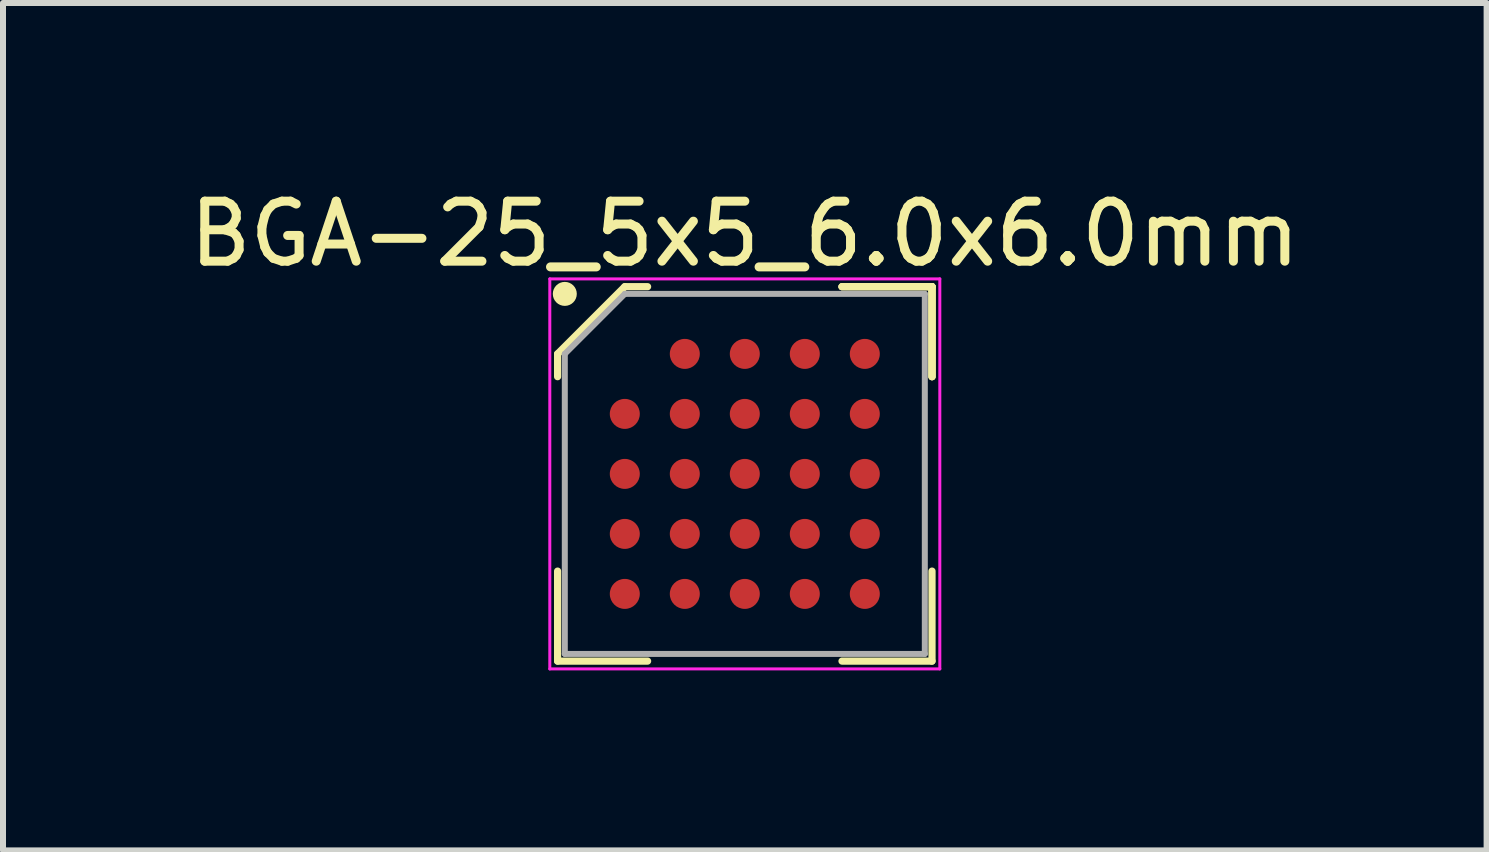
<source format=kicad_pcb>
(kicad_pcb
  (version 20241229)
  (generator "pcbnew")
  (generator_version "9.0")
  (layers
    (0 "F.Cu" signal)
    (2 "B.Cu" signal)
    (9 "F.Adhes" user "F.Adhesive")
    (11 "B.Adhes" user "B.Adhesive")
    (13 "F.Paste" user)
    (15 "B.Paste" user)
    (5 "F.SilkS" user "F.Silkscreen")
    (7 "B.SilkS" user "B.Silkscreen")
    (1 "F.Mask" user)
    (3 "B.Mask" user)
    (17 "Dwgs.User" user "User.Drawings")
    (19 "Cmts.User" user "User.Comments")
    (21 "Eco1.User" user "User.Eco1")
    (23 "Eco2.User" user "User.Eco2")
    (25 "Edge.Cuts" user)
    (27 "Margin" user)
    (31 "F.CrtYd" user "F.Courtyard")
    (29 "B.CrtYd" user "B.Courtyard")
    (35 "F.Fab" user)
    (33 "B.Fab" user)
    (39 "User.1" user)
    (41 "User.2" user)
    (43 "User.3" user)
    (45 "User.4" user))
  (footprint "BGA-25_5x5_6.0x6.0mm"
    (layer "F.Cu")
    (at 9.363 4.848)
    (property "Reference" "BGA-25_5x5_6.0x6.0mm" (at 0 -4 0) (layer "F.SilkS") (effects (font (size 1 1) (thickness 0.15))))
    (attr smd)
    (fp_line (start -3.12 -2) (end -3.12 -1.62) (stroke (width 0.12) (type solid)) (layer "F.SilkS"))
    (fp_line (start -3.12 3.12) (end -3.12 1.62) (stroke (width 0.12) (type solid)) (layer "F.SilkS"))
    (fp_line (start -2 -3.12) (end -3.12 -2) (stroke (width 0.12) (type solid)) (layer "F.SilkS"))
    (fp_line (start -1.62 -3.12) (end -2 -3.12) (stroke (width 0.12) (type solid)) (layer "F.SilkS"))
    (fp_line (start -1.62 3.12) (end -3.12 3.12) (stroke (width 0.12) (type solid)) (layer "F.SilkS"))
    (fp_line (start 1.62 -3.12) (end 3.12 -3.12) (stroke (width 0.12) (type solid)) (layer "F.SilkS"))
    (fp_line (start 1.62 -3.12) (end 3.12 -3.12) (stroke (width 0.12) (type solid)) (layer "F.SilkS"))
    (fp_line (start 1.62 -3.12) (end 3.12 -3.12) (stroke (width 0.12) (type solid)) (layer "F.SilkS"))
    (fp_line (start 1.62 3.12) (end 3.12 3.12) (stroke (width 0.12) (type solid)) (layer "F.SilkS"))
    (fp_line (start 3.12 -3.12) (end 3.12 -1.62) (stroke (width 0.12) (type solid)) (layer "F.SilkS"))
    (fp_line (start 3.12 -3.12) (end 3.12 -1.62) (stroke (width 0.12) (type solid)) (layer "F.SilkS"))
    (fp_line (start 3.12 -3.12) (end 3.12 -1.62) (stroke (width 0.12) (type solid)) (layer "F.SilkS"))
    (fp_line (start 3.12 3.12) (end 3.12 1.62) (stroke (width 0.12) (type solid)) (layer "F.SilkS"))
    (fp_circle (center -3 -3) (end -3 -2.9) (stroke (width 0.2) (type solid)) (fill no) (layer "F.SilkS"))
    (fp_line (start -3.25 -3.25) (end 3.25 -3.25) (stroke (width 0.05) (type solid)) (layer "F.CrtYd"))
    (fp_line (start -3.25 3.25) (end -3.25 -3.25) (stroke (width 0.05) (type solid)) (layer "F.CrtYd"))
    (fp_line (start 3.25 -3.25) (end 3.25 3.25) (stroke (width 0.05) (type solid)) (layer "F.CrtYd"))
    (fp_line (start 3.25 3.25) (end -3.25 3.25) (stroke (width 0.05) (type solid)) (layer "F.CrtYd"))
    (fp_line (start -3 -2) (end -3 3) (stroke (width 0.1) (type solid)) (layer "F.Fab"))
    (fp_line (start -3 3) (end 3 3) (stroke (width 0.1) (type solid)) (layer "F.Fab"))
    (fp_line (start -2 -3) (end -3 -2) (stroke (width 0.1) (type solid)) (layer "F.Fab"))
    (fp_line (start 3 -3) (end -2 -3) (stroke (width 0.1) (type solid)) (layer "F.Fab"))
    (fp_line (start 3 3) (end 3 -3) (stroke (width 0.1) (type solid)) (layer "F.Fab"))
    (pad "A2" smd circle (at -1 -2) (size 0.5 0.5) (layers "F.Cu" "F.Mask" "F.Paste"))
    (pad "A3" smd circle (at 0 -2) (size 0.5 0.5) (layers "F.Cu" "F.Mask" "F.Paste"))
    (pad "A4" smd circle (at 1 -2) (size 0.5 0.5) (layers "F.Cu" "F.Mask" "F.Paste"))
    (pad "A5" smd circle (at 2 -2) (size 0.5 0.5) (layers "F.Cu" "F.Mask" "F.Paste"))
    (pad "B1" smd circle (at -2 -1) (size 0.5 0.5) (layers "F.Cu" "F.Mask" "F.Paste"))
    (pad "B2" smd circle (at -1 -1) (size 0.5 0.5) (layers "F.Cu" "F.Mask" "F.Paste"))
    (pad "B3" smd circle (at 0 -1) (size 0.5 0.5) (layers "F.Cu" "F.Mask" "F.Paste"))
    (pad "B4" smd circle (at 1 -1) (size 0.5 0.5) (layers "F.Cu" "F.Mask" "F.Paste"))
    (pad "B5" smd circle (at 2 -1) (size 0.5 0.5) (layers "F.Cu" "F.Mask" "F.Paste"))
    (pad "C1" smd circle (at -2 0) (size 0.5 0.5) (layers "F.Cu" "F.Mask" "F.Paste"))
    (pad "C2" smd circle (at -1 0) (size 0.5 0.5) (layers "F.Cu" "F.Mask" "F.Paste"))
    (pad "C3" smd circle (at 0 0) (size 0.5 0.5) (layers "F.Cu" "F.Mask" "F.Paste"))
    (pad "C4" smd circle (at 1 0) (size 0.5 0.5) (layers "F.Cu" "F.Mask" "F.Paste"))
    (pad "C5" smd circle (at 2 0) (size 0.5 0.5) (layers "F.Cu" "F.Mask" "F.Paste"))
    (pad "D1" smd circle (at -2 1) (size 0.5 0.5) (layers "F.Cu" "F.Mask" "F.Paste"))
    (pad "D2" smd circle (at -1 1) (size 0.5 0.5) (layers "F.Cu" "F.Mask" "F.Paste"))
    (pad "D3" smd circle (at 0 1) (size 0.5 0.5) (layers "F.Cu" "F.Mask" "F.Paste"))
    (pad "D4" smd circle (at 1 1) (size 0.5 0.5) (layers "F.Cu" "F.Mask" "F.Paste"))
    (pad "D5" smd circle (at 2 1) (size 0.5 0.5) (layers "F.Cu" "F.Mask" "F.Paste"))
    (pad "E1" smd circle (at -2 2) (size 0.5 0.5) (layers "F.Cu" "F.Mask" "F.Paste"))
    (pad "E2" smd circle (at -1 2) (size 0.5 0.5) (layers "F.Cu" "F.Mask" "F.Paste"))
    (pad "E3" smd circle (at 0 2) (size 0.5 0.5) (layers "F.Cu" "F.Mask" "F.Paste"))
    (pad "E4" smd circle (at 1 2) (size 0.5 0.5) (layers "F.Cu" "F.Mask" "F.Paste"))
    (pad "E5" smd circle (at 2 2) (size 0.5 0.5) (layers "F.Cu" "F.Mask" "F.Paste")))
  (gr_rect
    (start -3 -3)
    (end 21.726 11.123)
    (stroke (width 0.1) (type default))
    (fill no)
    (layer "Edge.Cuts")))
</source>
